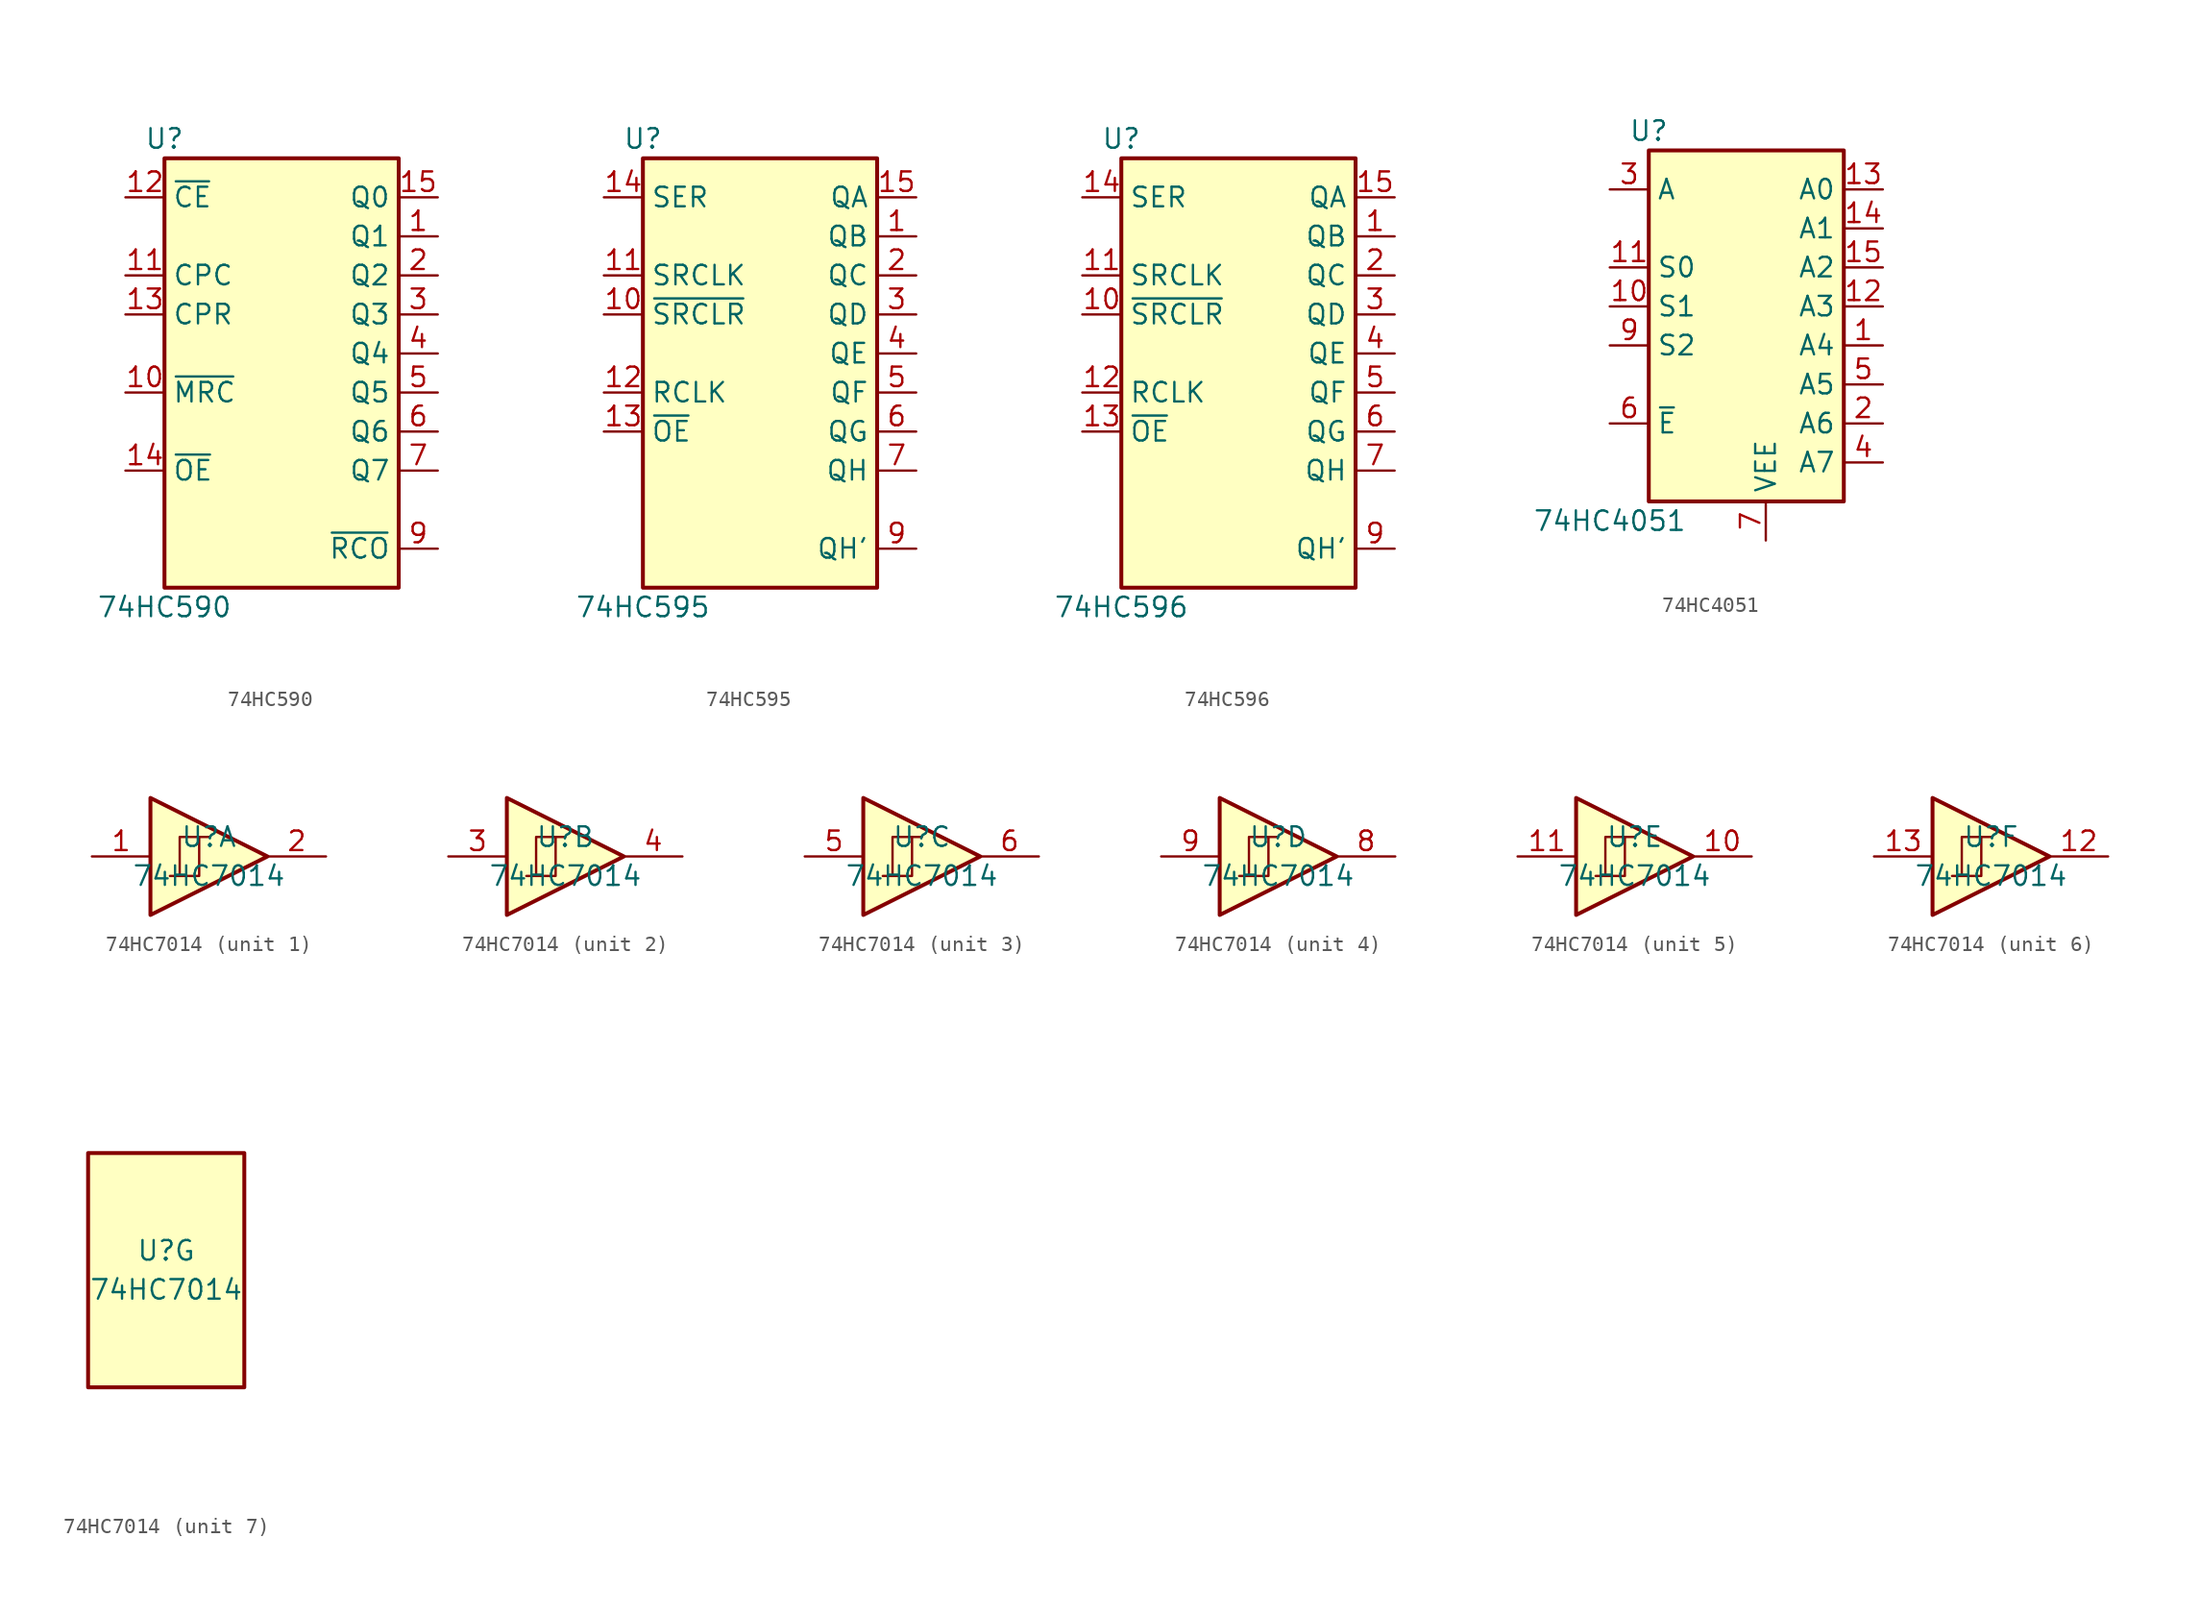
<source format=kicad_sym>
(kicad_symbol_lib
  (version 20211014)
  (generator kicad_symbol_editor)
  (symbol "74HC590"
    (property "Reference" "U"
      (at -7.62 16.51 0)
      (effects (font (size 1.27 1.27))))
    (property "Value" "74HC590"
      (at -7.62 -13.97 0)
      (effects (font (size 1.27 1.27))))
    (symbol "74HC590_1_0"
      (pin tri_state line (at 10.16 10.16 180) (length 2.54) (name "Q1" (effects (font (size 1.27 1.27)))) (number "1" (effects (font (size 1.27 1.27)))))
      (pin input line (at -10.16 0 0) (length 2.54) (name "~{MRC}" (effects (font (size 1.27 1.27)))) (number "10" (effects (font (size 1.27 1.27)))))
      (pin input line (at -10.16 7.62 0) (length 2.54) (name "CPC" (effects (font (size 1.27 1.27)))) (number "11" (effects (font (size 1.27 1.27)))))
      (pin input line (at -10.16 12.7 0) (length 2.54) (name "~{CE}" (effects (font (size 1.27 1.27)))) (number "12" (effects (font (size 1.27 1.27)))))
      (pin input line (at -10.16 5.08 0) (length 2.54) (name "CPR" (effects (font (size 1.27 1.27)))) (number "13" (effects (font (size 1.27 1.27)))))
      (pin input line (at -10.16 -5.08 0) (length 2.54) (name "~{OE}" (effects (font (size 1.27 1.27)))) (number "14" (effects (font (size 1.27 1.27)))))
      (pin tri_state line (at 10.16 12.7 180) (length 2.54) (name "Q0" (effects (font (size 1.27 1.27)))) (number "15" (effects (font (size 1.27 1.27)))))
      (pin input line (at 0 17.78 270) (length 2.54) hide (name "VCC" (effects (font (size 1.27 1.27)))) (number "16" (effects (font (size 1.27 1.27)))))
      (pin tri_state line (at 10.16 7.62 180) (length 2.54) (name "Q2" (effects (font (size 1.27 1.27)))) (number "2" (effects (font (size 1.27 1.27)))))
      (pin tri_state line (at 10.16 5.08 180) (length 2.54) (name "Q3" (effects (font (size 1.27 1.27)))) (number "3" (effects (font (size 1.27 1.27)))))
      (pin tri_state line (at 10.16 2.54 180) (length 2.54) (name "Q4" (effects (font (size 1.27 1.27)))) (number "4" (effects (font (size 1.27 1.27)))))
      (pin tri_state line (at 10.16 0 180) (length 2.54) (name "Q5" (effects (font (size 1.27 1.27)))) (number "5" (effects (font (size 1.27 1.27)))))
      (pin tri_state line (at 10.16 -2.54 180) (length 2.54) (name "Q6" (effects (font (size 1.27 1.27)))) (number "6" (effects (font (size 1.27 1.27)))))
      (pin tri_state line (at 10.16 -5.08 180) (length 2.54) (name "Q7" (effects (font (size 1.27 1.27)))) (number "7" (effects (font (size 1.27 1.27)))))
      (pin input line (at 0 -15.24 90) (length 2.54) hide (name "GND" (effects (font (size 1.27 1.27)))) (number "8" (effects (font (size 1.27 1.27)))))
      (pin output line (at 10.16 -10.16 180) (length 2.54) (name "~{RCO}" (effects (font (size 1.27 1.27)))) (number "9" (effects (font (size 1.27 1.27))))))
    (symbol "74HC590_1_1"
      (rectangle (start -7.62 15.24) (end 7.62 -12.7) (stroke (width 0.254) (type default) (color 0 0 0 0)) (fill (type background)))))
  (symbol "74HC595"
    (property "Reference" "U"
      (at -7.62 13.97 0)
      (effects (font (size 1.27 1.27))))
    (property "Value" "74HC595"
      (at -7.62 -16.51 0)
      (effects (font (size 1.27 1.27))))
    (symbol "74HC595_1_0"
      (pin tri_state line (at 10.16 7.62 180) (length 2.54) (name "QB" (effects (font (size 1.27 1.27)))) (number "1" (effects (font (size 1.27 1.27)))))
      (pin input line (at -10.16 2.54 0) (length 2.54) (name "~{SRCLR}" (effects (font (size 1.27 1.27)))) (number "10" (effects (font (size 1.27 1.27)))))
      (pin input line (at -10.16 5.08 0) (length 2.54) (name "SRCLK" (effects (font (size 1.27 1.27)))) (number "11" (effects (font (size 1.27 1.27)))))
      (pin input line (at -10.16 -2.54 0) (length 2.54) (name "RCLK" (effects (font (size 1.27 1.27)))) (number "12" (effects (font (size 1.27 1.27)))))
      (pin input line (at -10.16 -5.08 0) (length 2.54) (name "~{OE}" (effects (font (size 1.27 1.27)))) (number "13" (effects (font (size 1.27 1.27)))))
      (pin input line (at -10.16 10.16 0) (length 2.54) (name "SER" (effects (font (size 1.27 1.27)))) (number "14" (effects (font (size 1.27 1.27)))))
      (pin tri_state line (at 10.16 10.16 180) (length 2.54) (name "QA" (effects (font (size 1.27 1.27)))) (number "15" (effects (font (size 1.27 1.27)))))
      (pin input line (at 0 15.24 270) (length 2.54) hide (name "VCC" (effects (font (size 1.27 1.27)))) (number "16" (effects (font (size 1.27 1.27)))))
      (pin tri_state line (at 10.16 5.08 180) (length 2.54) (name "QC" (effects (font (size 1.27 1.27)))) (number "2" (effects (font (size 1.27 1.27)))))
      (pin tri_state line (at 10.16 2.54 180) (length 2.54) (name "QD" (effects (font (size 1.27 1.27)))) (number "3" (effects (font (size 1.27 1.27)))))
      (pin tri_state line (at 10.16 0 180) (length 2.54) (name "QE" (effects (font (size 1.27 1.27)))) (number "4" (effects (font (size 1.27 1.27)))))
      (pin tri_state line (at 10.16 -2.54 180) (length 2.54) (name "QF" (effects (font (size 1.27 1.27)))) (number "5" (effects (font (size 1.27 1.27)))))
      (pin tri_state line (at 10.16 -5.08 180) (length 2.54) (name "QG" (effects (font (size 1.27 1.27)))) (number "6" (effects (font (size 1.27 1.27)))))
      (pin tri_state line (at 10.16 -7.62 180) (length 2.54) (name "QH" (effects (font (size 1.27 1.27)))) (number "7" (effects (font (size 1.27 1.27)))))
      (pin input line (at 0 -17.78 90) (length 2.54) hide (name "GND" (effects (font (size 1.27 1.27)))) (number "8" (effects (font (size 1.27 1.27)))))
      (pin output line (at 10.16 -12.7 180) (length 2.54) (name "QH'" (effects (font (size 1.27 1.27)))) (number "9" (effects (font (size 1.27 1.27))))))
    (symbol "74HC595_1_1"
      (rectangle (start -7.62 12.7) (end 7.62 -15.24) (stroke (width 0.254) (type default) (color 0 0 0 0)) (fill (type background)))))
  (symbol "74HC596"
    (property "Reference" "U"
      (at -7.62 13.97 0)
      (effects (font (size 1.27 1.27))))
    (property "Value" "74HC596"
      (at -7.62 -16.51 0)
      (effects (font (size 1.27 1.27))))
    (symbol "74HC596_1_0"
      (pin open_collector line (at 10.16 7.62 180) (length 2.54) (name "QB" (effects (font (size 1.27 1.27)))) (number "1" (effects (font (size 1.27 1.27)))))
      (pin input line (at -10.16 2.54 0) (length 2.54) (name "~{SRCLR}" (effects (font (size 1.27 1.27)))) (number "10" (effects (font (size 1.27 1.27)))))
      (pin input line (at -10.16 5.08 0) (length 2.54) (name "SRCLK" (effects (font (size 1.27 1.27)))) (number "11" (effects (font (size 1.27 1.27)))))
      (pin input line (at -10.16 -2.54 0) (length 2.54) (name "RCLK" (effects (font (size 1.27 1.27)))) (number "12" (effects (font (size 1.27 1.27)))))
      (pin input line (at -10.16 -5.08 0) (length 2.54) (name "~{OE}" (effects (font (size 1.27 1.27)))) (number "13" (effects (font (size 1.27 1.27)))))
      (pin input line (at -10.16 10.16 0) (length 2.54) (name "SER" (effects (font (size 1.27 1.27)))) (number "14" (effects (font (size 1.27 1.27)))))
      (pin open_collector line (at 10.16 10.16 180) (length 2.54) (name "QA" (effects (font (size 1.27 1.27)))) (number "15" (effects (font (size 1.27 1.27)))))
      (pin input line (at 0 15.24 270) (length 2.54) hide (name "VCC" (effects (font (size 1.27 1.27)))) (number "16" (effects (font (size 1.27 1.27)))))
      (pin open_collector line (at 10.16 5.08 180) (length 2.54) (name "QC" (effects (font (size 1.27 1.27)))) (number "2" (effects (font (size 1.27 1.27)))))
      (pin open_collector line (at 10.16 2.54 180) (length 2.54) (name "QD" (effects (font (size 1.27 1.27)))) (number "3" (effects (font (size 1.27 1.27)))))
      (pin open_collector line (at 10.16 0 180) (length 2.54) (name "QE" (effects (font (size 1.27 1.27)))) (number "4" (effects (font (size 1.27 1.27)))))
      (pin open_collector line (at 10.16 -2.54 180) (length 2.54) (name "QF" (effects (font (size 1.27 1.27)))) (number "5" (effects (font (size 1.27 1.27)))))
      (pin open_collector line (at 10.16 -5.08 180) (length 2.54) (name "QG" (effects (font (size 1.27 1.27)))) (number "6" (effects (font (size 1.27 1.27)))))
      (pin open_collector line (at 10.16 -7.62 180) (length 2.54) (name "QH" (effects (font (size 1.27 1.27)))) (number "7" (effects (font (size 1.27 1.27)))))
      (pin input line (at 0 -17.78 90) (length 2.54) hide (name "GND" (effects (font (size 1.27 1.27)))) (number "8" (effects (font (size 1.27 1.27)))))
      (pin output line (at 10.16 -12.7 180) (length 2.54) (name "QH'" (effects (font (size 1.27 1.27)))) (number "9" (effects (font (size 1.27 1.27))))))
    (symbol "74HC596_1_1"
      (rectangle (start -7.62 12.7) (end 7.62 -15.24) (stroke (width 0.254) (type default) (color 0 0 0 0)) (fill (type background)))))
  (symbol "74HC4051"
    (property "Reference" "U"
      (at -5.08 11.43 0)
      (effects (font (size 1.27 1.27))))
    (property "Value" "74HC4051"
      (at -7.62 -13.97 0)
      (effects (font (size 1.27 1.27))))
    (symbol "74HC4051_0_1"
      (rectangle (start -5.08 10.16) (end 7.62 -12.7) (stroke (width 0.254) (type default) (color 0 0 0 0)) (fill (type background))))
    (symbol "74HC4051_1_1"
      (pin passive line (at 10.16 -2.54 180) (length 2.54) (name "A4" (effects (font (size 1.27 1.27)))) (number "1" (effects (font (size 1.27 1.27)))))
      (pin input line (at -7.62 0 0) (length 2.54) (name "S1" (effects (font (size 1.27 1.27)))) (number "10" (effects (font (size 1.27 1.27)))))
      (pin input line (at -7.62 2.54 0) (length 2.54) (name "S0" (effects (font (size 1.27 1.27)))) (number "11" (effects (font (size 1.27 1.27)))))
      (pin passive line (at 10.16 0 180) (length 2.54) (name "A3" (effects (font (size 1.27 1.27)))) (number "12" (effects (font (size 1.27 1.27)))))
      (pin passive line (at 10.16 7.62 180) (length 2.54) (name "A0" (effects (font (size 1.27 1.27)))) (number "13" (effects (font (size 1.27 1.27)))))
      (pin passive line (at 10.16 5.08 180) (length 2.54) (name "A1" (effects (font (size 1.27 1.27)))) (number "14" (effects (font (size 1.27 1.27)))))
      (pin passive line (at 10.16 2.54 180) (length 2.54) (name "A2" (effects (font (size 1.27 1.27)))) (number "15" (effects (font (size 1.27 1.27)))))
      (pin input line (at 0 12.7 270) (length 2.54) hide (name "VCC" (effects (font (size 1.27 1.27)))) (number "16" (effects (font (size 1.27 1.27)))))
      (pin passive line (at 10.16 -7.62 180) (length 2.54) (name "A6" (effects (font (size 1.27 1.27)))) (number "2" (effects (font (size 1.27 1.27)))))
      (pin passive line (at -7.62 7.62 0) (length 2.54) (name "A" (effects (font (size 1.27 1.27)))) (number "3" (effects (font (size 1.27 1.27)))))
      (pin passive line (at 10.16 -10.16 180) (length 2.54) (name "A7" (effects (font (size 1.27 1.27)))) (number "4" (effects (font (size 1.27 1.27)))))
      (pin passive line (at 10.16 -5.08 180) (length 2.54) (name "A5" (effects (font (size 1.27 1.27)))) (number "5" (effects (font (size 1.27 1.27)))))
      (pin input line (at -7.62 -7.62 0) (length 2.54) (name "~{E}" (effects (font (size 1.27 1.27)))) (number "6" (effects (font (size 1.27 1.27)))))
      (pin power_in line (at 2.54 -15.24 90) (length 2.54) (name "VEE" (effects (font (size 1.27 1.27)))) (number "7" (effects (font (size 1.27 1.27)))))
      (pin input line (at 0 -15.24 90) (length 2.54) hide (name "GND" (effects (font (size 1.27 1.27)))) (number "8" (effects (font (size 1.27 1.27)))))
      (pin input line (at -7.62 -2.54 0) (length 2.54) (name "S2" (effects (font (size 1.27 1.27)))) (number "9" (effects (font (size 1.27 1.27)))))))
  (symbol "74HC7014"
    (property "Reference" "U"
      (at 0 1.27 0)
      (effects (font (size 1.27 1.27))))
    (property "Value" "74HC7014"
      (at 0 -1.27 0)
      (effects (font (size 1.27 1.27))))
    (property "ki_locked" ""
      (at 0 0 0)
      (effects (font (size 1.27 1.27))))
    (symbol "74HC7014_1_1"
      (polyline (pts (xy -1.905 -1.27) (xy -1.905 1.27) (xy -0.635 1.27)) (stroke (width 0) (type default) (color 0 0 0 0)) (fill (type none)))
      (polyline (pts (xy -3.81 3.81) (xy -3.81 -3.81) (xy 3.81 0) (xy -3.81 3.81)) (stroke (width 0.254) (type default) (color 0 0 0 0)) (fill (type background)))
      (polyline (pts (xy -2.54 -1.27) (xy -0.635 -1.27) (xy -0.635 1.27) (xy 0 1.27)) (stroke (width 0) (type default) (color 0 0 0 0)) (fill (type none)))
      (pin input line (at -7.62 0 0) (length 3.81) (name "~" (effects (font (size 1.27 1.27)))) (number "1" (effects (font (size 1.27 1.27)))))
      (pin output line (at 7.62 0 180) (length 3.81) (name "~" (effects (font (size 1.27 1.27)))) (number "2" (effects (font (size 1.27 1.27))))))
    (symbol "74HC7014_2_1"
      (polyline (pts (xy -1.905 -1.27) (xy -1.905 1.27) (xy -0.635 1.27)) (stroke (width 0) (type default) (color 0 0 0 0)) (fill (type none)))
      (polyline (pts (xy -3.81 3.81) (xy -3.81 -3.81) (xy 3.81 0) (xy -3.81 3.81)) (stroke (width 0.254) (type default) (color 0 0 0 0)) (fill (type background)))
      (polyline (pts (xy -2.54 -1.27) (xy -0.635 -1.27) (xy -0.635 1.27) (xy 0 1.27)) (stroke (width 0) (type default) (color 0 0 0 0)) (fill (type none)))
      (pin input line (at -7.62 0 0) (length 3.81) (name "~" (effects (font (size 1.27 1.27)))) (number "3" (effects (font (size 1.27 1.27)))))
      (pin output line (at 7.62 0 180) (length 3.81) (name "~" (effects (font (size 1.27 1.27)))) (number "4" (effects (font (size 1.27 1.27))))))
    (symbol "74HC7014_3_1"
      (polyline (pts (xy -1.905 -1.27) (xy -1.905 1.27) (xy -0.635 1.27)) (stroke (width 0) (type default) (color 0 0 0 0)) (fill (type none)))
      (polyline (pts (xy -3.81 3.81) (xy -3.81 -3.81) (xy 3.81 0) (xy -3.81 3.81)) (stroke (width 0.254) (type default) (color 0 0 0 0)) (fill (type background)))
      (polyline (pts (xy -2.54 -1.27) (xy -0.635 -1.27) (xy -0.635 1.27) (xy 0 1.27)) (stroke (width 0) (type default) (color 0 0 0 0)) (fill (type none)))
      (pin input line (at -7.62 0 0) (length 3.81) (name "~" (effects (font (size 1.27 1.27)))) (number "5" (effects (font (size 1.27 1.27)))))
      (pin output line (at 7.62 0 180) (length 3.81) (name "~" (effects (font (size 1.27 1.27)))) (number "6" (effects (font (size 1.27 1.27))))))
    (symbol "74HC7014_4_1"
      (polyline (pts (xy -1.905 -1.27) (xy -1.905 1.27) (xy -0.635 1.27)) (stroke (width 0) (type default) (color 0 0 0 0)) (fill (type none)))
      (polyline (pts (xy -3.81 3.81) (xy -3.81 -3.81) (xy 3.81 0) (xy -3.81 3.81)) (stroke (width 0.254) (type default) (color 0 0 0 0)) (fill (type background)))
      (polyline (pts (xy -2.54 -1.27) (xy -0.635 -1.27) (xy -0.635 1.27) (xy 0 1.27)) (stroke (width 0) (type default) (color 0 0 0 0)) (fill (type none)))
      (pin output line (at 7.62 0 180) (length 3.81) (name "~" (effects (font (size 1.27 1.27)))) (number "8" (effects (font (size 1.27 1.27)))))
      (pin input line (at -7.62 0 0) (length 3.81) (name "~" (effects (font (size 1.27 1.27)))) (number "9" (effects (font (size 1.27 1.27))))))
    (symbol "74HC7014_5_1"
      (polyline (pts (xy -1.905 -1.27) (xy -1.905 1.27) (xy -0.635 1.27)) (stroke (width 0) (type default) (color 0 0 0 0)) (fill (type none)))
      (polyline (pts (xy -3.81 3.81) (xy -3.81 -3.81) (xy 3.81 0) (xy -3.81 3.81)) (stroke (width 0.254) (type default) (color 0 0 0 0)) (fill (type background)))
      (polyline (pts (xy -2.54 -1.27) (xy -0.635 -1.27) (xy -0.635 1.27) (xy 0 1.27)) (stroke (width 0) (type default) (color 0 0 0 0)) (fill (type none)))
      (pin output line (at 7.62 0 180) (length 3.81) (name "~" (effects (font (size 1.27 1.27)))) (number "10" (effects (font (size 1.27 1.27)))))
      (pin input line (at -7.62 0 0) (length 3.81) (name "~" (effects (font (size 1.27 1.27)))) (number "11" (effects (font (size 1.27 1.27))))))
    (symbol "74HC7014_6_1"
      (polyline (pts (xy -1.905 -1.27) (xy -1.905 1.27) (xy -0.635 1.27)) (stroke (width 0) (type default) (color 0 0 0 0)) (fill (type none)))
      (polyline (pts (xy -3.81 3.81) (xy -3.81 -3.81) (xy 3.81 0) (xy -3.81 3.81)) (stroke (width 0.254) (type default) (color 0 0 0 0)) (fill (type background)))
      (polyline (pts (xy -2.54 -1.27) (xy -0.635 -1.27) (xy -0.635 1.27) (xy 0 1.27)) (stroke (width 0) (type default) (color 0 0 0 0)) (fill (type none)))
      (pin output line (at 7.62 0 180) (length 3.81) (name "~" (effects (font (size 1.27 1.27)))) (number "12" (effects (font (size 1.27 1.27)))))
      (pin input line (at -7.62 0 0) (length 3.81) (name "~" (effects (font (size 1.27 1.27)))) (number "13" (effects (font (size 1.27 1.27))))))
    (symbol "74HC7014_7_1"
      (rectangle (start -5.08 7.62) (end 5.08 -7.62) (stroke (width 0.254) (type default) (color 0 0 0 0)) (fill (type background)))
      (pin input line (at 0 12.7 270) (length 5.08) hide (name "VCC" (effects (font (size 1.27 1.27)))) (number "14" (effects (font (size 1.27 1.27)))))
      (pin input line (at 0 -12.7 90) (length 5.08) hide (name "GND" (effects (font (size 1.27 1.27)))) (number "7" (effects (font (size 1.27 1.27))))))))
</source>
